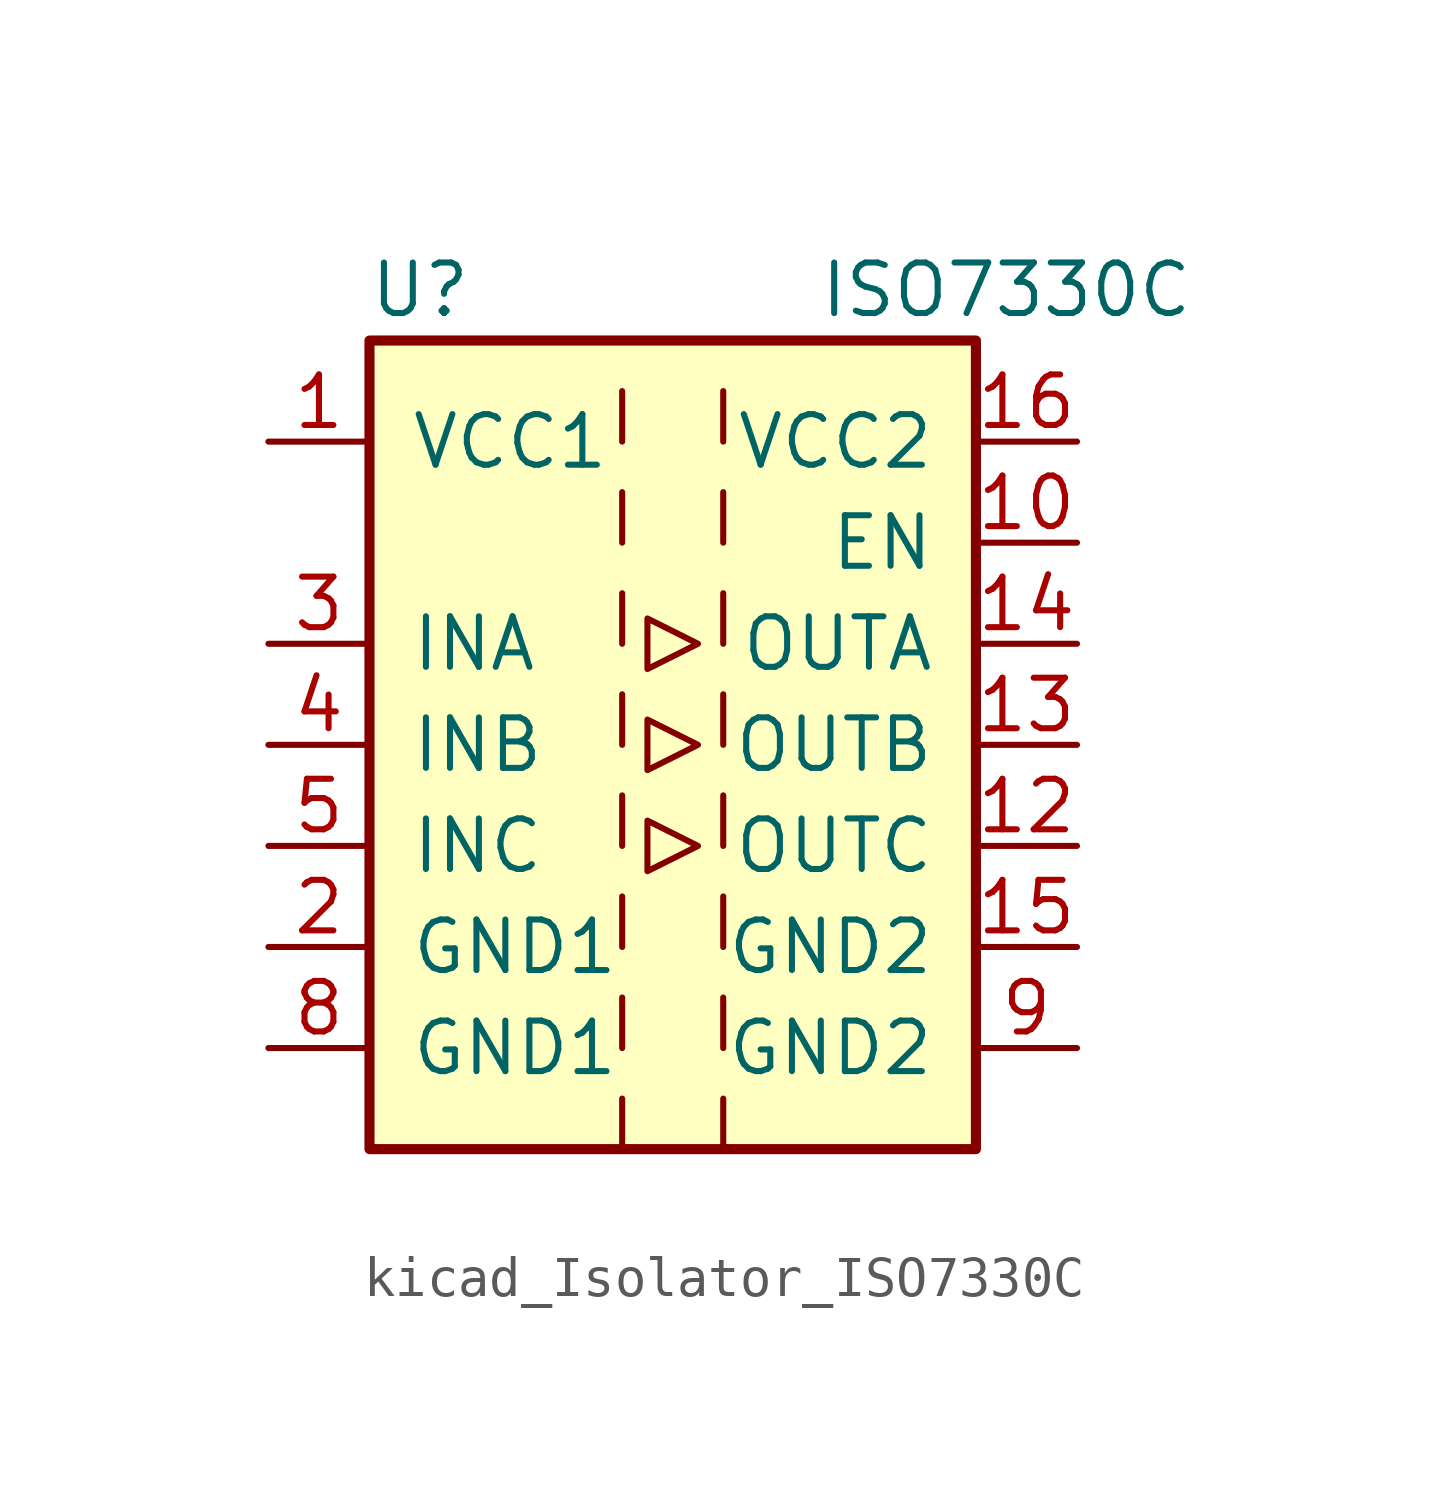
<source format=kicad_sym>
(kicad_symbol_lib
  (version 20220914)
  (generator kicad_symbol_editor)
  (symbol "kicad_Isolator_ISO7330C"
    (pin_names
      (offset 1.016))
    (property "Reference" "U"
      (at -6.35 11.43 0)
      (effects (font (size 1.27 1.27))))
    (property "Value" "ISO7330C"
      (at 8.382 11.43 0)
      (effects (font (size 1.27 1.27))))
    (symbol "kicad_Isolator_ISO7330C_0_1"
      (rectangle (start -7.62 10.16) (end 7.62 -10.16) (stroke (width 0.254) (type default)) (fill (type background)))
      (polyline (pts (xy -1.27 -8.89) (xy -1.27 -10.16)) (stroke (width 0) (type default)) (fill (type none)))
      (polyline (pts (xy -1.27 -6.35) (xy -1.27 -7.62)) (stroke (width 0) (type default)) (fill (type none)))
      (polyline (pts (xy -1.27 -3.81) (xy -1.27 -5.08)) (stroke (width 0) (type default)) (fill (type none)))
      (polyline (pts (xy -1.27 -1.27) (xy -1.27 -2.54)) (stroke (width 0) (type default)) (fill (type none)))
      (polyline (pts (xy -1.27 1.27) (xy -1.27 0)) (stroke (width 0) (type default)) (fill (type none)))
      (polyline (pts (xy -1.27 3.81) (xy -1.27 2.54)) (stroke (width 0) (type default)) (fill (type none)))
      (polyline (pts (xy -1.27 6.35) (xy -1.27 5.08)) (stroke (width 0) (type default)) (fill (type none)))
      (polyline (pts (xy -1.27 8.89) (xy -1.27 7.62)) (stroke (width 0) (type default)) (fill (type none)))
      (polyline (pts (xy 1.27 -8.89) (xy 1.27 -10.16)) (stroke (width 0) (type default)) (fill (type none)))
      (polyline (pts (xy 1.27 -6.35) (xy 1.27 -7.62)) (stroke (width 0) (type default)) (fill (type none)))
      (polyline (pts (xy 1.27 -3.81) (xy 1.27 -5.08)) (stroke (width 0) (type default)) (fill (type none)))
      (polyline (pts (xy 1.27 -1.27) (xy 1.27 -2.54)) (stroke (width 0) (type default)) (fill (type none)))
      (polyline (pts (xy 1.27 1.27) (xy 1.27 0)) (stroke (width 0) (type default)) (fill (type none)))
      (polyline (pts (xy 1.27 3.81) (xy 1.27 2.54)) (stroke (width 0) (type default)) (fill (type none)))
      (polyline (pts (xy 1.27 6.35) (xy 1.27 5.08)) (stroke (width 0) (type default)) (fill (type none)))
      (polyline (pts (xy 1.27 8.89) (xy 1.27 7.62)) (stroke (width 0) (type default)) (fill (type none)))
      (polyline (pts (xy -0.635 -1.905) (xy -0.635 -3.175) (xy 0.635 -2.54) (xy -0.635 -1.905)) (stroke (width 0) (type default)) (fill (type none)))
      (polyline (pts (xy -0.635 0.635) (xy -0.635 -0.635) (xy 0.635 0) (xy -0.635 0.635)) (stroke (width 0) (type default)) (fill (type none)))
      (polyline (pts (xy -0.635 3.175) (xy -0.635 1.905) (xy 0.635 2.54) (xy -0.635 3.175)) (stroke (width 0) (type default)) (fill (type none))))
    (symbol "kicad_Isolator_ISO7330C_1_1"
      (pin power_in line (at -10.16 7.62 0) (length 2.54) (name "VCC1" (effects (font (size 1.27 1.27)))) (number "1" (effects (font (size 1.27 1.27)))))
      (pin input line (at 10.16 5.08 180) (length 2.54) (name "EN" (effects (font (size 1.27 1.27)))) (number "10" (effects (font (size 1.27 1.27)))))
      (pin no_connect line (at -7.62 5.08 0) (length 2.54) hide (name "NC" (effects (font (size 1.27 1.27)))) (number "11" (effects (font (size 1.27 1.27)))))
      (pin output line (at 10.16 -2.54 180) (length 2.54) (name "OUTC" (effects (font (size 1.27 1.27)))) (number "12" (effects (font (size 1.27 1.27)))))
      (pin output line (at 10.16 0 180) (length 2.54) (name "OUTB" (effects (font (size 1.27 1.27)))) (number "13" (effects (font (size 1.27 1.27)))))
      (pin output line (at 10.16 2.54 180) (length 2.54) (name "OUTA" (effects (font (size 1.27 1.27)))) (number "14" (effects (font (size 1.27 1.27)))))
      (pin power_in line (at 10.16 -5.08 180) (length 2.54) (name "GND2" (effects (font (size 1.27 1.27)))) (number "15" (effects (font (size 1.27 1.27)))))
      (pin power_in line (at 10.16 7.62 180) (length 2.54) (name "VCC2" (effects (font (size 1.27 1.27)))) (number "16" (effects (font (size 1.27 1.27)))))
      (pin power_in line (at -10.16 -5.08 0) (length 2.54) (name "GND1" (effects (font (size 1.27 1.27)))) (number "2" (effects (font (size 1.27 1.27)))))
      (pin input line (at -10.16 2.54 0) (length 2.54) (name "INA" (effects (font (size 1.27 1.27)))) (number "3" (effects (font (size 1.27 1.27)))))
      (pin input line (at -10.16 0 0) (length 2.54) (name "INB" (effects (font (size 1.27 1.27)))) (number "4" (effects (font (size 1.27 1.27)))))
      (pin input line (at -10.16 -2.54 0) (length 2.54) (name "INC" (effects (font (size 1.27 1.27)))) (number "5" (effects (font (size 1.27 1.27)))))
      (pin no_connect line (at 0 -10.16 90) (length 2.54) hide (name "NC" (effects (font (size 1.27 1.27)))) (number "6" (effects (font (size 1.27 1.27)))))
      (pin no_connect line (at 0 10.16 270) (length 2.54) hide (name "NC" (effects (font (size 1.27 1.27)))) (number "7" (effects (font (size 1.27 1.27)))))
      (pin power_in line (at -10.16 -7.62 0) (length 2.54) (name "GND1" (effects (font (size 1.27 1.27)))) (number "8" (effects (font (size 1.27 1.27)))))
      (pin power_in line (at 10.16 -7.62 180) (length 2.54) (name "GND2" (effects (font (size 1.27 1.27)))) (number "9" (effects (font (size 1.27 1.27))))))))
</source>
